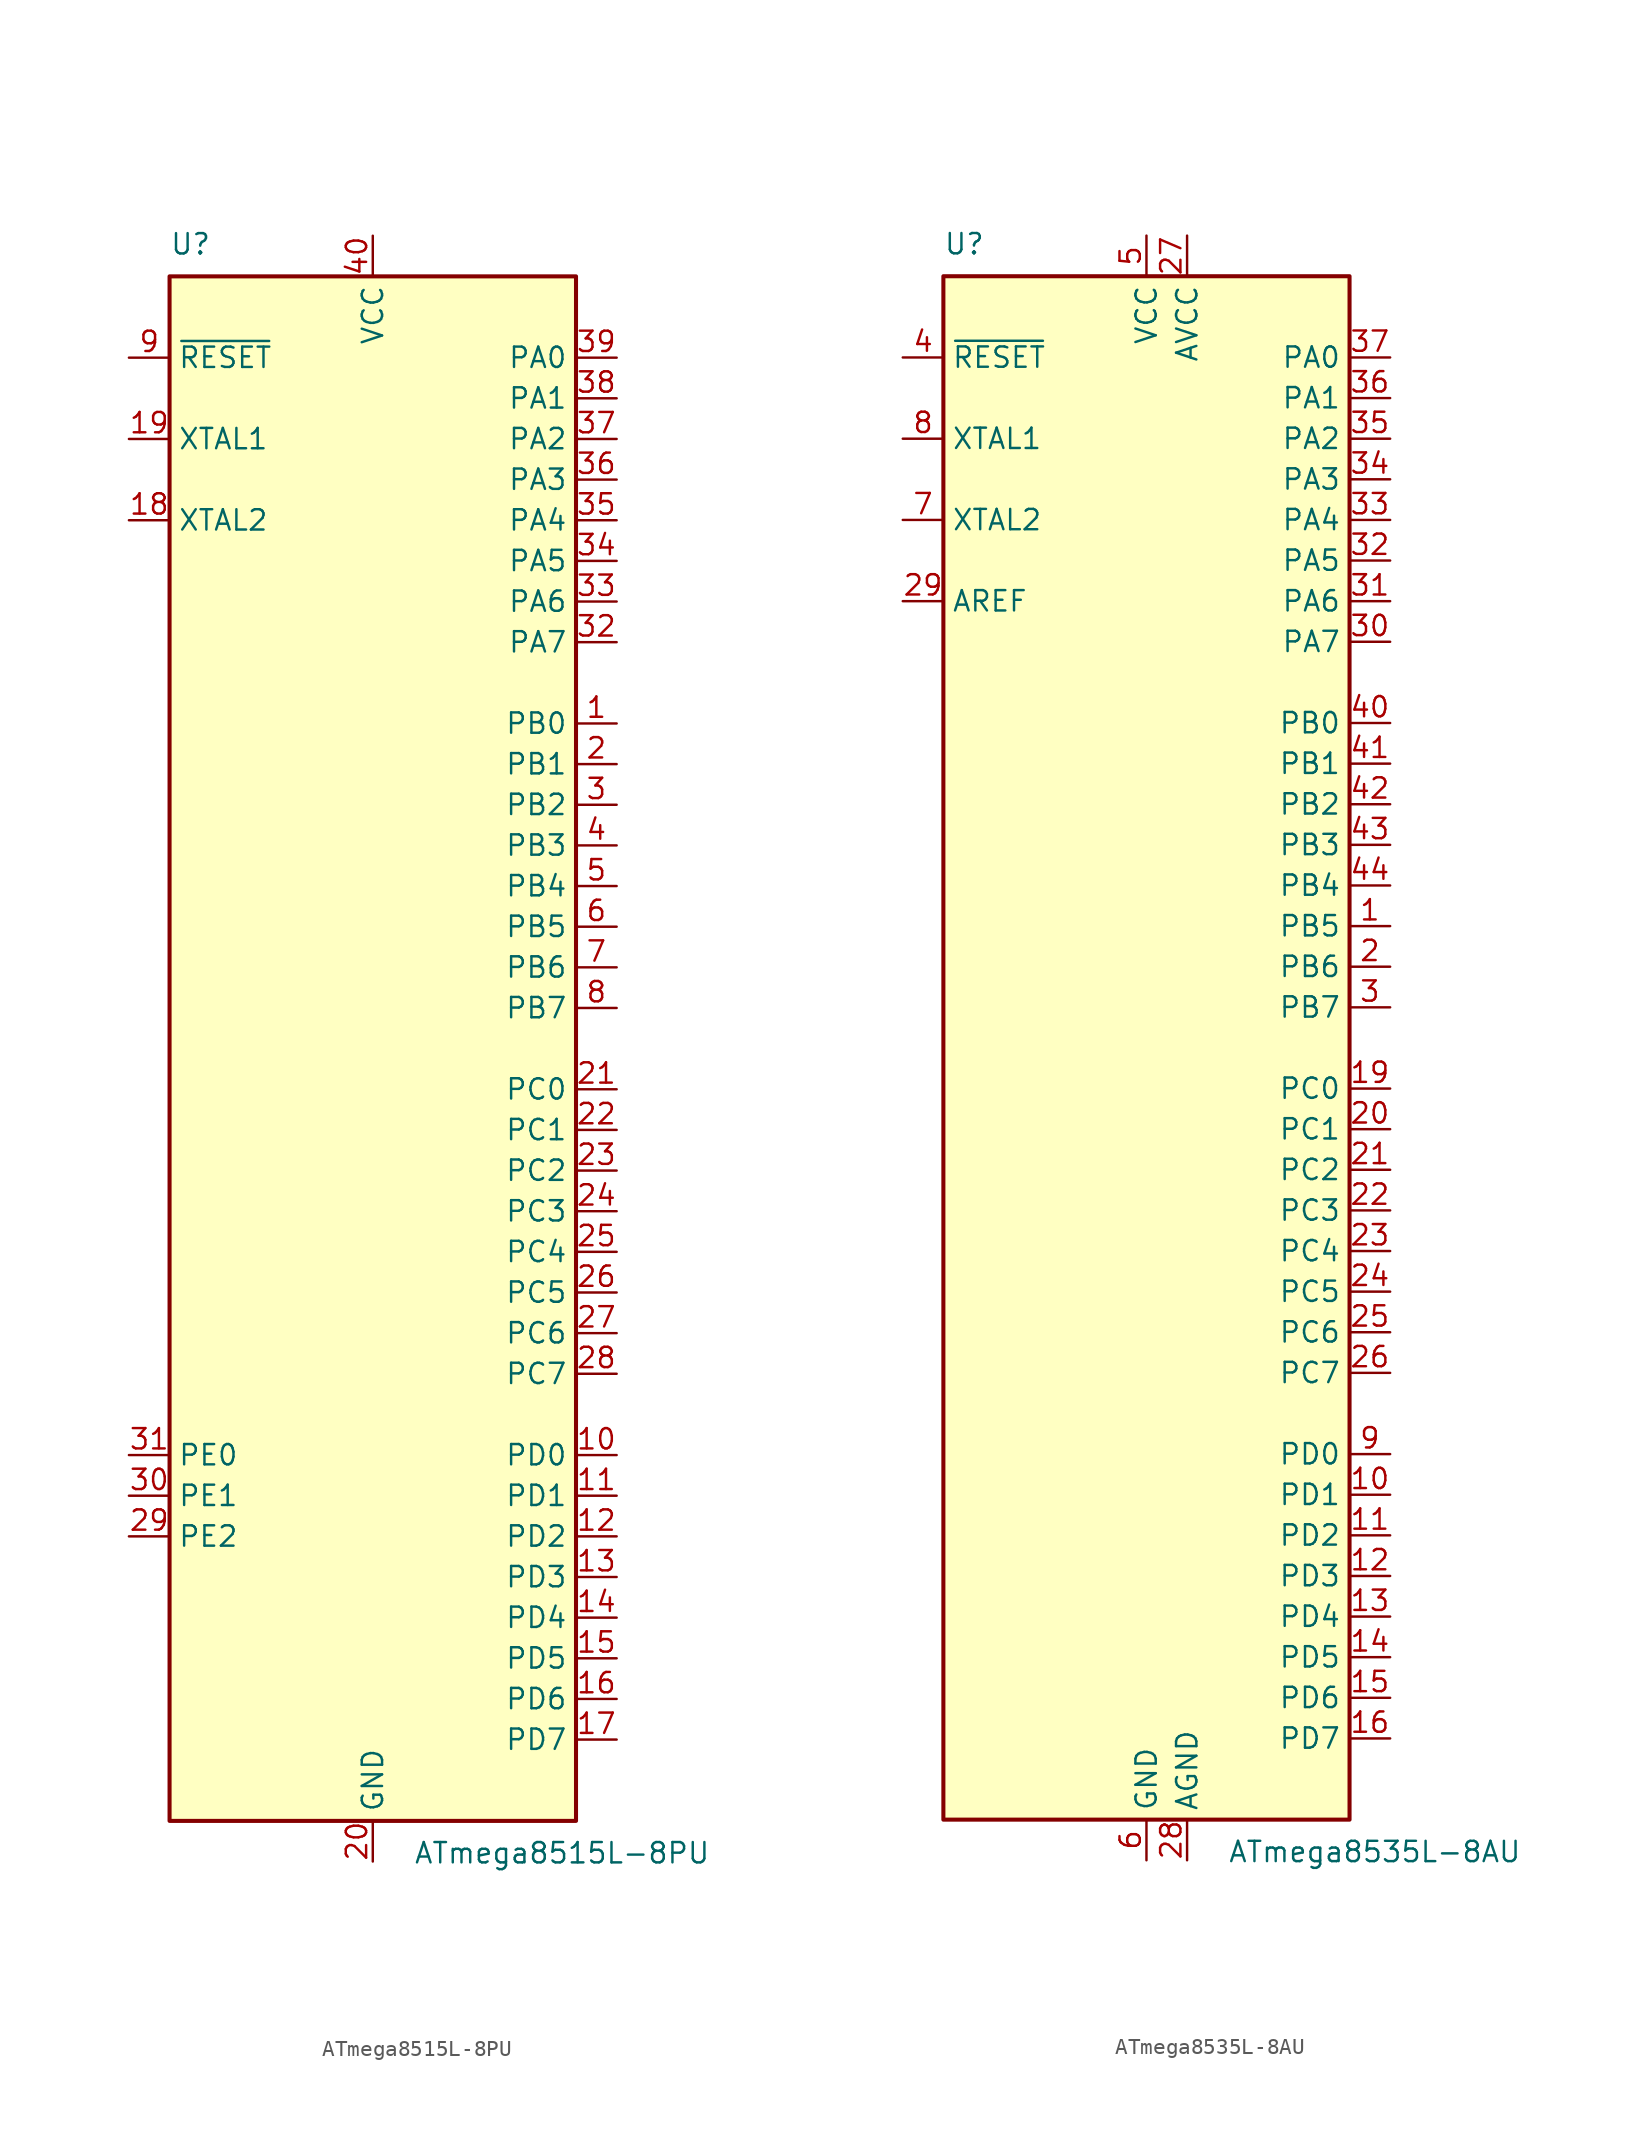
<source format=kicad_sym>
(kicad_symbol_lib
  (version 20211014)
  (generator kicad_symbol_editor)
  (symbol "ATmega8515L-8PU"
    (property "Reference" "U"
      (at -12.7 49.53 0)
      (effects (font (size 1.27 1.27)) (justify left bottom)))
    (property "Value" "ATmega8515L-8PU"
      (at 2.54 -49.53 0)
      (effects (font (size 1.27 1.27)) (justify left top)))
    (symbol "ATmega8515L-8PU_0_1"
      (rectangle (start -12.7 -48.26) (end 12.7 48.26) (stroke (width 0.254) (type default) (color 0 0 0 0)) (fill (type background))))
    (symbol "ATmega8515L-8PU_1_1"
      (pin bidirectional line (at 15.24 20.32 180) (length 2.54) (name "PB0" (effects (font (size 1.27 1.27)))) (number "1" (effects (font (size 1.27 1.27)))))
      (pin bidirectional line (at 15.24 -25.4 180) (length 2.54) (name "PD0" (effects (font (size 1.27 1.27)))) (number "10" (effects (font (size 1.27 1.27)))))
      (pin bidirectional line (at 15.24 -27.94 180) (length 2.54) (name "PD1" (effects (font (size 1.27 1.27)))) (number "11" (effects (font (size 1.27 1.27)))))
      (pin bidirectional line (at 15.24 -30.48 180) (length 2.54) (name "PD2" (effects (font (size 1.27 1.27)))) (number "12" (effects (font (size 1.27 1.27)))))
      (pin bidirectional line (at 15.24 -33.02 180) (length 2.54) (name "PD3" (effects (font (size 1.27 1.27)))) (number "13" (effects (font (size 1.27 1.27)))))
      (pin bidirectional line (at 15.24 -35.56 180) (length 2.54) (name "PD4" (effects (font (size 1.27 1.27)))) (number "14" (effects (font (size 1.27 1.27)))))
      (pin bidirectional line (at 15.24 -38.1 180) (length 2.54) (name "PD5" (effects (font (size 1.27 1.27)))) (number "15" (effects (font (size 1.27 1.27)))))
      (pin bidirectional line (at 15.24 -40.64 180) (length 2.54) (name "PD6" (effects (font (size 1.27 1.27)))) (number "16" (effects (font (size 1.27 1.27)))))
      (pin bidirectional line (at 15.24 -43.18 180) (length 2.54) (name "PD7" (effects (font (size 1.27 1.27)))) (number "17" (effects (font (size 1.27 1.27)))))
      (pin output line (at -15.24 33.02 0) (length 2.54) (name "XTAL2" (effects (font (size 1.27 1.27)))) (number "18" (effects (font (size 1.27 1.27)))))
      (pin input line (at -15.24 38.1 0) (length 2.54) (name "XTAL1" (effects (font (size 1.27 1.27)))) (number "19" (effects (font (size 1.27 1.27)))))
      (pin bidirectional line (at 15.24 17.78 180) (length 2.54) (name "PB1" (effects (font (size 1.27 1.27)))) (number "2" (effects (font (size 1.27 1.27)))))
      (pin power_in line (at 0 -50.8 90) (length 2.54) (name "GND" (effects (font (size 1.27 1.27)))) (number "20" (effects (font (size 1.27 1.27)))))
      (pin bidirectional line (at 15.24 -2.54 180) (length 2.54) (name "PC0" (effects (font (size 1.27 1.27)))) (number "21" (effects (font (size 1.27 1.27)))))
      (pin bidirectional line (at 15.24 -5.08 180) (length 2.54) (name "PC1" (effects (font (size 1.27 1.27)))) (number "22" (effects (font (size 1.27 1.27)))))
      (pin bidirectional line (at 15.24 -7.62 180) (length 2.54) (name "PC2" (effects (font (size 1.27 1.27)))) (number "23" (effects (font (size 1.27 1.27)))))
      (pin bidirectional line (at 15.24 -10.16 180) (length 2.54) (name "PC3" (effects (font (size 1.27 1.27)))) (number "24" (effects (font (size 1.27 1.27)))))
      (pin bidirectional line (at 15.24 -12.7 180) (length 2.54) (name "PC4" (effects (font (size 1.27 1.27)))) (number "25" (effects (font (size 1.27 1.27)))))
      (pin bidirectional line (at 15.24 -15.24 180) (length 2.54) (name "PC5" (effects (font (size 1.27 1.27)))) (number "26" (effects (font (size 1.27 1.27)))))
      (pin bidirectional line (at 15.24 -17.78 180) (length 2.54) (name "PC6" (effects (font (size 1.27 1.27)))) (number "27" (effects (font (size 1.27 1.27)))))
      (pin bidirectional line (at 15.24 -20.32 180) (length 2.54) (name "PC7" (effects (font (size 1.27 1.27)))) (number "28" (effects (font (size 1.27 1.27)))))
      (pin bidirectional line (at -15.24 -30.48 0) (length 2.54) (name "PE2" (effects (font (size 1.27 1.27)))) (number "29" (effects (font (size 1.27 1.27)))))
      (pin bidirectional line (at 15.24 15.24 180) (length 2.54) (name "PB2" (effects (font (size 1.27 1.27)))) (number "3" (effects (font (size 1.27 1.27)))))
      (pin bidirectional line (at -15.24 -27.94 0) (length 2.54) (name "PE1" (effects (font (size 1.27 1.27)))) (number "30" (effects (font (size 1.27 1.27)))))
      (pin bidirectional line (at -15.24 -25.4 0) (length 2.54) (name "PE0" (effects (font (size 1.27 1.27)))) (number "31" (effects (font (size 1.27 1.27)))))
      (pin bidirectional line (at 15.24 25.4 180) (length 2.54) (name "PA7" (effects (font (size 1.27 1.27)))) (number "32" (effects (font (size 1.27 1.27)))))
      (pin bidirectional line (at 15.24 27.94 180) (length 2.54) (name "PA6" (effects (font (size 1.27 1.27)))) (number "33" (effects (font (size 1.27 1.27)))))
      (pin bidirectional line (at 15.24 30.48 180) (length 2.54) (name "PA5" (effects (font (size 1.27 1.27)))) (number "34" (effects (font (size 1.27 1.27)))))
      (pin bidirectional line (at 15.24 33.02 180) (length 2.54) (name "PA4" (effects (font (size 1.27 1.27)))) (number "35" (effects (font (size 1.27 1.27)))))
      (pin bidirectional line (at 15.24 35.56 180) (length 2.54) (name "PA3" (effects (font (size 1.27 1.27)))) (number "36" (effects (font (size 1.27 1.27)))))
      (pin bidirectional line (at 15.24 38.1 180) (length 2.54) (name "PA2" (effects (font (size 1.27 1.27)))) (number "37" (effects (font (size 1.27 1.27)))))
      (pin bidirectional line (at 15.24 40.64 180) (length 2.54) (name "PA1" (effects (font (size 1.27 1.27)))) (number "38" (effects (font (size 1.27 1.27)))))
      (pin bidirectional line (at 15.24 43.18 180) (length 2.54) (name "PA0" (effects (font (size 1.27 1.27)))) (number "39" (effects (font (size 1.27 1.27)))))
      (pin bidirectional line (at 15.24 12.7 180) (length 2.54) (name "PB3" (effects (font (size 1.27 1.27)))) (number "4" (effects (font (size 1.27 1.27)))))
      (pin power_in line (at 0 50.8 270) (length 2.54) (name "VCC" (effects (font (size 1.27 1.27)))) (number "40" (effects (font (size 1.27 1.27)))))
      (pin bidirectional line (at 15.24 10.16 180) (length 2.54) (name "PB4" (effects (font (size 1.27 1.27)))) (number "5" (effects (font (size 1.27 1.27)))))
      (pin bidirectional line (at 15.24 7.62 180) (length 2.54) (name "PB5" (effects (font (size 1.27 1.27)))) (number "6" (effects (font (size 1.27 1.27)))))
      (pin bidirectional line (at 15.24 5.08 180) (length 2.54) (name "PB6" (effects (font (size 1.27 1.27)))) (number "7" (effects (font (size 1.27 1.27)))))
      (pin bidirectional line (at 15.24 2.54 180) (length 2.54) (name "PB7" (effects (font (size 1.27 1.27)))) (number "8" (effects (font (size 1.27 1.27)))))
      (pin input line (at -15.24 43.18 0) (length 2.54) (name "~{RESET}" (effects (font (size 1.27 1.27)))) (number "9" (effects (font (size 1.27 1.27)))))))
  (symbol "ATmega8535L-8AU"
    (property "Reference" "U"
      (at -12.7 49.53 0)
      (effects (font (size 1.27 1.27)) (justify left bottom)))
    (property "Value" "ATmega8535L-8AU"
      (at 5.08 -49.53 0)
      (effects (font (size 1.27 1.27)) (justify left top)))
    (symbol "ATmega8535L-8AU_0_1"
      (rectangle (start -12.7 -48.26) (end 12.7 48.26) (stroke (width 0.254) (type default) (color 0 0 0 0)) (fill (type background))))
    (symbol "ATmega8535L-8AU_1_1"
      (pin bidirectional line (at 15.24 7.62 180) (length 2.54) (name "PB5" (effects (font (size 1.27 1.27)))) (number "1" (effects (font (size 1.27 1.27)))))
      (pin bidirectional line (at 15.24 -27.94 180) (length 2.54) (name "PD1" (effects (font (size 1.27 1.27)))) (number "10" (effects (font (size 1.27 1.27)))))
      (pin bidirectional line (at 15.24 -30.48 180) (length 2.54) (name "PD2" (effects (font (size 1.27 1.27)))) (number "11" (effects (font (size 1.27 1.27)))))
      (pin bidirectional line (at 15.24 -33.02 180) (length 2.54) (name "PD3" (effects (font (size 1.27 1.27)))) (number "12" (effects (font (size 1.27 1.27)))))
      (pin bidirectional line (at 15.24 -35.56 180) (length 2.54) (name "PD4" (effects (font (size 1.27 1.27)))) (number "13" (effects (font (size 1.27 1.27)))))
      (pin bidirectional line (at 15.24 -38.1 180) (length 2.54) (name "PD5" (effects (font (size 1.27 1.27)))) (number "14" (effects (font (size 1.27 1.27)))))
      (pin bidirectional line (at 15.24 -40.64 180) (length 2.54) (name "PD6" (effects (font (size 1.27 1.27)))) (number "15" (effects (font (size 1.27 1.27)))))
      (pin bidirectional line (at 15.24 -43.18 180) (length 2.54) (name "PD7" (effects (font (size 1.27 1.27)))) (number "16" (effects (font (size 1.27 1.27)))))
      (pin passive line (at 0 50.8 270) (length 2.54) hide (name "VCC" (effects (font (size 1.27 1.27)))) (number "17" (effects (font (size 1.27 1.27)))))
      (pin passive line (at 0 -50.8 90) (length 2.54) hide (name "GND" (effects (font (size 1.27 1.27)))) (number "18" (effects (font (size 1.27 1.27)))))
      (pin bidirectional line (at 15.24 -2.54 180) (length 2.54) (name "PC0" (effects (font (size 1.27 1.27)))) (number "19" (effects (font (size 1.27 1.27)))))
      (pin bidirectional line (at 15.24 5.08 180) (length 2.54) (name "PB6" (effects (font (size 1.27 1.27)))) (number "2" (effects (font (size 1.27 1.27)))))
      (pin bidirectional line (at 15.24 -5.08 180) (length 2.54) (name "PC1" (effects (font (size 1.27 1.27)))) (number "20" (effects (font (size 1.27 1.27)))))
      (pin bidirectional line (at 15.24 -7.62 180) (length 2.54) (name "PC2" (effects (font (size 1.27 1.27)))) (number "21" (effects (font (size 1.27 1.27)))))
      (pin bidirectional line (at 15.24 -10.16 180) (length 2.54) (name "PC3" (effects (font (size 1.27 1.27)))) (number "22" (effects (font (size 1.27 1.27)))))
      (pin bidirectional line (at 15.24 -12.7 180) (length 2.54) (name "PC4" (effects (font (size 1.27 1.27)))) (number "23" (effects (font (size 1.27 1.27)))))
      (pin bidirectional line (at 15.24 -15.24 180) (length 2.54) (name "PC5" (effects (font (size 1.27 1.27)))) (number "24" (effects (font (size 1.27 1.27)))))
      (pin bidirectional line (at 15.24 -17.78 180) (length 2.54) (name "PC6" (effects (font (size 1.27 1.27)))) (number "25" (effects (font (size 1.27 1.27)))))
      (pin bidirectional line (at 15.24 -20.32 180) (length 2.54) (name "PC7" (effects (font (size 1.27 1.27)))) (number "26" (effects (font (size 1.27 1.27)))))
      (pin power_in line (at 2.54 50.8 270) (length 2.54) (name "AVCC" (effects (font (size 1.27 1.27)))) (number "27" (effects (font (size 1.27 1.27)))))
      (pin power_in line (at 2.54 -50.8 90) (length 2.54) (name "AGND" (effects (font (size 1.27 1.27)))) (number "28" (effects (font (size 1.27 1.27)))))
      (pin passive line (at -15.24 27.94 0) (length 2.54) (name "AREF" (effects (font (size 1.27 1.27)))) (number "29" (effects (font (size 1.27 1.27)))))
      (pin bidirectional line (at 15.24 2.54 180) (length 2.54) (name "PB7" (effects (font (size 1.27 1.27)))) (number "3" (effects (font (size 1.27 1.27)))))
      (pin bidirectional line (at 15.24 25.4 180) (length 2.54) (name "PA7" (effects (font (size 1.27 1.27)))) (number "30" (effects (font (size 1.27 1.27)))))
      (pin bidirectional line (at 15.24 27.94 180) (length 2.54) (name "PA6" (effects (font (size 1.27 1.27)))) (number "31" (effects (font (size 1.27 1.27)))))
      (pin bidirectional line (at 15.24 30.48 180) (length 2.54) (name "PA5" (effects (font (size 1.27 1.27)))) (number "32" (effects (font (size 1.27 1.27)))))
      (pin bidirectional line (at 15.24 33.02 180) (length 2.54) (name "PA4" (effects (font (size 1.27 1.27)))) (number "33" (effects (font (size 1.27 1.27)))))
      (pin bidirectional line (at 15.24 35.56 180) (length 2.54) (name "PA3" (effects (font (size 1.27 1.27)))) (number "34" (effects (font (size 1.27 1.27)))))
      (pin bidirectional line (at 15.24 38.1 180) (length 2.54) (name "PA2" (effects (font (size 1.27 1.27)))) (number "35" (effects (font (size 1.27 1.27)))))
      (pin bidirectional line (at 15.24 40.64 180) (length 2.54) (name "PA1" (effects (font (size 1.27 1.27)))) (number "36" (effects (font (size 1.27 1.27)))))
      (pin bidirectional line (at 15.24 43.18 180) (length 2.54) (name "PA0" (effects (font (size 1.27 1.27)))) (number "37" (effects (font (size 1.27 1.27)))))
      (pin passive line (at 0 50.8 270) (length 2.54) hide (name "VCC" (effects (font (size 1.27 1.27)))) (number "38" (effects (font (size 1.27 1.27)))))
      (pin passive line (at 0 -50.8 90) (length 2.54) hide (name "GND" (effects (font (size 1.27 1.27)))) (number "39" (effects (font (size 1.27 1.27)))))
      (pin input line (at -15.24 43.18 0) (length 2.54) (name "~{RESET}" (effects (font (size 1.27 1.27)))) (number "4" (effects (font (size 1.27 1.27)))))
      (pin bidirectional line (at 15.24 20.32 180) (length 2.54) (name "PB0" (effects (font (size 1.27 1.27)))) (number "40" (effects (font (size 1.27 1.27)))))
      (pin bidirectional line (at 15.24 17.78 180) (length 2.54) (name "PB1" (effects (font (size 1.27 1.27)))) (number "41" (effects (font (size 1.27 1.27)))))
      (pin bidirectional line (at 15.24 15.24 180) (length 2.54) (name "PB2" (effects (font (size 1.27 1.27)))) (number "42" (effects (font (size 1.27 1.27)))))
      (pin bidirectional line (at 15.24 12.7 180) (length 2.54) (name "PB3" (effects (font (size 1.27 1.27)))) (number "43" (effects (font (size 1.27 1.27)))))
      (pin bidirectional line (at 15.24 10.16 180) (length 2.54) (name "PB4" (effects (font (size 1.27 1.27)))) (number "44" (effects (font (size 1.27 1.27)))))
      (pin power_in line (at 0 50.8 270) (length 2.54) (name "VCC" (effects (font (size 1.27 1.27)))) (number "5" (effects (font (size 1.27 1.27)))))
      (pin power_in line (at 0 -50.8 90) (length 2.54) (name "GND" (effects (font (size 1.27 1.27)))) (number "6" (effects (font (size 1.27 1.27)))))
      (pin output line (at -15.24 33.02 0) (length 2.54) (name "XTAL2" (effects (font (size 1.27 1.27)))) (number "7" (effects (font (size 1.27 1.27)))))
      (pin input line (at -15.24 38.1 0) (length 2.54) (name "XTAL1" (effects (font (size 1.27 1.27)))) (number "8" (effects (font (size 1.27 1.27)))))
      (pin bidirectional line (at 15.24 -25.4 180) (length 2.54) (name "PD0" (effects (font (size 1.27 1.27)))) (number "9" (effects (font (size 1.27 1.27))))))))
</source>
